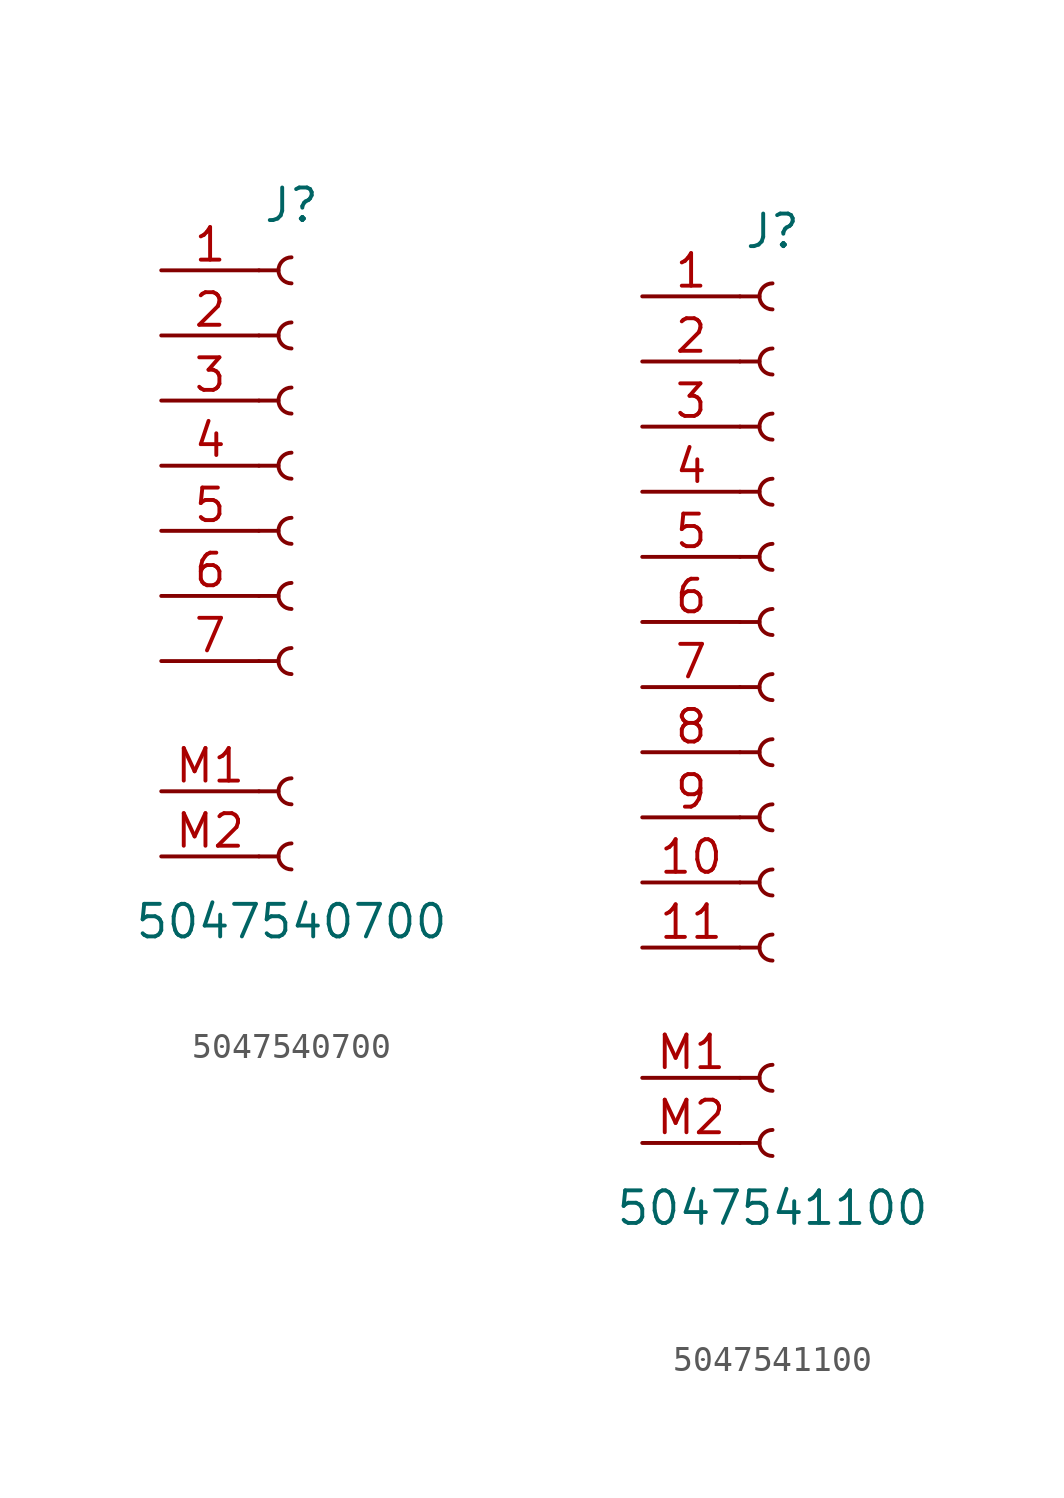
<source format=kicad_sym>
(kicad_symbol_lib
  (version 20220914)
  (generator kicad_symbol_editor)
  (symbol "5047540700"
    (pin_names
      (offset 1.016) hide)
    (property "Reference" "J"
      (at 0 15.24 0)
      (effects (font (size 1.27 1.27))))
    (property "Value" "5047540700"
      (at 0 -12.7 0)
      (effects (font (size 1.27 1.27))))
    (symbol "5047540700_1_1"
      (arc (start 0 -9.652) (mid -0.5058 -10.16) (end 0 -10.668) (stroke (width 0.1524) (type default)) (fill (type none)))
      (arc (start 0 -7.112) (mid -0.5058 -7.62) (end 0 -8.128) (stroke (width 0.1524) (type default)) (fill (type none)))
      (arc (start 0 -2.032) (mid -0.5058 -2.54) (end 0 -3.048) (stroke (width 0.1524) (type default)) (fill (type none)))
      (polyline (pts (xy -1.27 -10.16) (xy -0.508 -10.16)) (stroke (width 0.152) (type default)) (fill (type none)))
      (polyline (pts (xy -1.27 -7.62) (xy -0.508 -7.62)) (stroke (width 0.152) (type default)) (fill (type none)))
      (polyline (pts (xy -1.27 -2.54) (xy -0.508 -2.54)) (stroke (width 0.152) (type default)) (fill (type none)))
      (polyline (pts (xy -1.27 0) (xy -0.508 0)) (stroke (width 0.152) (type default)) (fill (type none)))
      (polyline (pts (xy -1.27 2.54) (xy -0.508 2.54)) (stroke (width 0.152) (type default)) (fill (type none)))
      (polyline (pts (xy -1.27 5.08) (xy -0.508 5.08)) (stroke (width 0.152) (type default)) (fill (type none)))
      (polyline (pts (xy -1.27 7.62) (xy -0.508 7.62)) (stroke (width 0.152) (type default)) (fill (type none)))
      (polyline (pts (xy -1.27 10.16) (xy -0.508 10.16)) (stroke (width 0.152) (type default)) (fill (type none)))
      (polyline (pts (xy -1.27 12.7) (xy -0.508 12.7)) (stroke (width 0.152) (type default)) (fill (type none)))
      (arc (start 0 0.508) (mid -0.5058 0) (end 0 -0.508) (stroke (width 0.1524) (type default)) (fill (type none)))
      (arc (start 0 3.048) (mid -0.5058 2.54) (end 0 2.032) (stroke (width 0.1524) (type default)) (fill (type none)))
      (arc (start 0 5.588) (mid -0.5058 5.08) (end 0 4.572) (stroke (width 0.1524) (type default)) (fill (type none)))
      (arc (start 0 8.128) (mid -0.5058 7.62) (end 0 7.112) (stroke (width 0.1524) (type default)) (fill (type none)))
      (arc (start 0 10.668) (mid -0.5058 10.16) (end 0 9.652) (stroke (width 0.1524) (type default)) (fill (type none)))
      (arc (start 0 13.208) (mid -0.5058 12.7) (end 0 12.192) (stroke (width 0.1524) (type default)) (fill (type none)))
      (pin passive line (at -5.08 12.7 0) (length 3.81) (name "Pin_1" (effects (font (size 1.27 1.27)))) (number "1" (effects (font (size 1.27 1.27)))))
      (pin passive line (at -5.08 10.16 0) (length 3.81) (name "Pin_2" (effects (font (size 1.27 1.27)))) (number "2" (effects (font (size 1.27 1.27)))))
      (pin passive line (at -5.08 7.62 0) (length 3.81) (name "Pin_3" (effects (font (size 1.27 1.27)))) (number "3" (effects (font (size 1.27 1.27)))))
      (pin passive line (at -5.08 5.08 0) (length 3.81) (name "Pin_4" (effects (font (size 1.27 1.27)))) (number "4" (effects (font (size 1.27 1.27)))))
      (pin passive line (at -5.08 2.54 0) (length 3.81) (name "Pin_5" (effects (font (size 1.27 1.27)))) (number "5" (effects (font (size 1.27 1.27)))))
      (pin passive line (at -5.08 0 0) (length 3.81) (name "Pin_6" (effects (font (size 1.27 1.27)))) (number "6" (effects (font (size 1.27 1.27)))))
      (pin passive line (at -5.08 -2.54 0) (length 3.81) (name "Pin_7" (effects (font (size 1.27 1.27)))) (number "7" (effects (font (size 1.27 1.27)))))
      (pin passive line (at -5.08 -7.62 0) (length 3.81) (name "M1" (effects (font (size 1.27 1.27)))) (number "M1" (effects (font (size 1.27 1.27)))))
      (pin passive line (at -5.08 -10.16 0) (length 3.81) (name "M2" (effects (font (size 1.27 1.27)))) (number "M2" (effects (font (size 1.27 1.27)))))))
  (symbol "5047541100"
    (pin_names
      (offset 1.016) hide)
    (property "Reference" "J"
      (at 0 15.24 0)
      (effects (font (size 1.27 1.27))))
    (property "Value" "5047541100"
      (at 0 -22.86 0)
      (effects (font (size 1.27 1.27))))
    (symbol "5047541100_1_1"
      (arc (start 0 -19.812) (mid -0.5058 -20.32) (end 0 -20.828) (stroke (width 0.1524) (type default)) (fill (type none)))
      (arc (start 0 -17.272) (mid -0.5058 -17.78) (end 0 -18.288) (stroke (width 0.1524) (type default)) (fill (type none)))
      (arc (start 0 -12.192) (mid -0.5058 -12.7) (end 0 -13.208) (stroke (width 0.1524) (type default)) (fill (type none)))
      (arc (start 0 -9.652) (mid -0.5058 -10.16) (end 0 -10.668) (stroke (width 0.1524) (type default)) (fill (type none)))
      (arc (start 0 -7.112) (mid -0.5058 -7.62) (end 0 -8.128) (stroke (width 0.1524) (type default)) (fill (type none)))
      (arc (start 0 -4.572) (mid -0.5058 -5.08) (end 0 -5.588) (stroke (width 0.1524) (type default)) (fill (type none)))
      (arc (start 0 -2.032) (mid -0.5058 -2.54) (end 0 -3.048) (stroke (width 0.1524) (type default)) (fill (type none)))
      (polyline (pts (xy -1.27 -20.32) (xy -0.508 -20.32)) (stroke (width 0.152) (type default)) (fill (type none)))
      (polyline (pts (xy -1.27 -17.78) (xy -0.508 -17.78)) (stroke (width 0.152) (type default)) (fill (type none)))
      (polyline (pts (xy -1.27 -12.7) (xy -0.508 -12.7)) (stroke (width 0.152) (type default)) (fill (type none)))
      (polyline (pts (xy -1.27 -10.16) (xy -0.508 -10.16)) (stroke (width 0.152) (type default)) (fill (type none)))
      (polyline (pts (xy -1.27 -7.62) (xy -0.508 -7.62)) (stroke (width 0.152) (type default)) (fill (type none)))
      (polyline (pts (xy -1.27 -5.08) (xy -0.508 -5.08)) (stroke (width 0.152) (type default)) (fill (type none)))
      (polyline (pts (xy -1.27 -2.54) (xy -0.508 -2.54)) (stroke (width 0.152) (type default)) (fill (type none)))
      (polyline (pts (xy -1.27 0) (xy -0.508 0)) (stroke (width 0.152) (type default)) (fill (type none)))
      (polyline (pts (xy -1.27 2.54) (xy -0.508 2.54)) (stroke (width 0.152) (type default)) (fill (type none)))
      (polyline (pts (xy -1.27 5.08) (xy -0.508 5.08)) (stroke (width 0.152) (type default)) (fill (type none)))
      (polyline (pts (xy -1.27 7.62) (xy -0.508 7.62)) (stroke (width 0.152) (type default)) (fill (type none)))
      (polyline (pts (xy -1.27 10.16) (xy -0.508 10.16)) (stroke (width 0.152) (type default)) (fill (type none)))
      (polyline (pts (xy -1.27 12.7) (xy -0.508 12.7)) (stroke (width 0.152) (type default)) (fill (type none)))
      (arc (start 0 0.508) (mid -0.5058 0) (end 0 -0.508) (stroke (width 0.1524) (type default)) (fill (type none)))
      (arc (start 0 3.048) (mid -0.5058 2.54) (end 0 2.032) (stroke (width 0.1524) (type default)) (fill (type none)))
      (arc (start 0 5.588) (mid -0.5058 5.08) (end 0 4.572) (stroke (width 0.1524) (type default)) (fill (type none)))
      (arc (start 0 8.128) (mid -0.5058 7.62) (end 0 7.112) (stroke (width 0.1524) (type default)) (fill (type none)))
      (arc (start 0 10.668) (mid -0.5058 10.16) (end 0 9.652) (stroke (width 0.1524) (type default)) (fill (type none)))
      (arc (start 0 13.208) (mid -0.5058 12.7) (end 0 12.192) (stroke (width 0.1524) (type default)) (fill (type none)))
      (pin passive line (at -5.08 12.7 0) (length 3.81) (name "Pin_1" (effects (font (size 1.27 1.27)))) (number "1" (effects (font (size 1.27 1.27)))))
      (pin passive line (at -5.08 -10.16 0) (length 3.81) (name "Pin_10" (effects (font (size 1.27 1.27)))) (number "10" (effects (font (size 1.27 1.27)))))
      (pin passive line (at -5.08 -12.7 0) (length 3.81) (name "Pin_11" (effects (font (size 1.27 1.27)))) (number "11" (effects (font (size 1.27 1.27)))))
      (pin passive line (at -5.08 10.16 0) (length 3.81) (name "Pin_2" (effects (font (size 1.27 1.27)))) (number "2" (effects (font (size 1.27 1.27)))))
      (pin passive line (at -5.08 7.62 0) (length 3.81) (name "Pin_3" (effects (font (size 1.27 1.27)))) (number "3" (effects (font (size 1.27 1.27)))))
      (pin passive line (at -5.08 5.08 0) (length 3.81) (name "Pin_4" (effects (font (size 1.27 1.27)))) (number "4" (effects (font (size 1.27 1.27)))))
      (pin passive line (at -5.08 2.54 0) (length 3.81) (name "Pin_5" (effects (font (size 1.27 1.27)))) (number "5" (effects (font (size 1.27 1.27)))))
      (pin passive line (at -5.08 0 0) (length 3.81) (name "Pin_6" (effects (font (size 1.27 1.27)))) (number "6" (effects (font (size 1.27 1.27)))))
      (pin passive line (at -5.08 -2.54 0) (length 3.81) (name "Pin_7" (effects (font (size 1.27 1.27)))) (number "7" (effects (font (size 1.27 1.27)))))
      (pin passive line (at -5.08 -5.08 0) (length 3.81) (name "Pin_8" (effects (font (size 1.27 1.27)))) (number "8" (effects (font (size 1.27 1.27)))))
      (pin passive line (at -5.08 -7.62 0) (length 3.81) (name "Pin_9" (effects (font (size 1.27 1.27)))) (number "9" (effects (font (size 1.27 1.27)))))
      (pin passive line (at -5.08 -17.78 0) (length 3.81) (name "M1" (effects (font (size 1.27 1.27)))) (number "M1" (effects (font (size 1.27 1.27)))))
      (pin passive line (at -5.08 -20.32 0) (length 3.81) (name "M2" (effects (font (size 1.27 1.27)))) (number "M2" (effects (font (size 1.27 1.27))))))))
</source>
